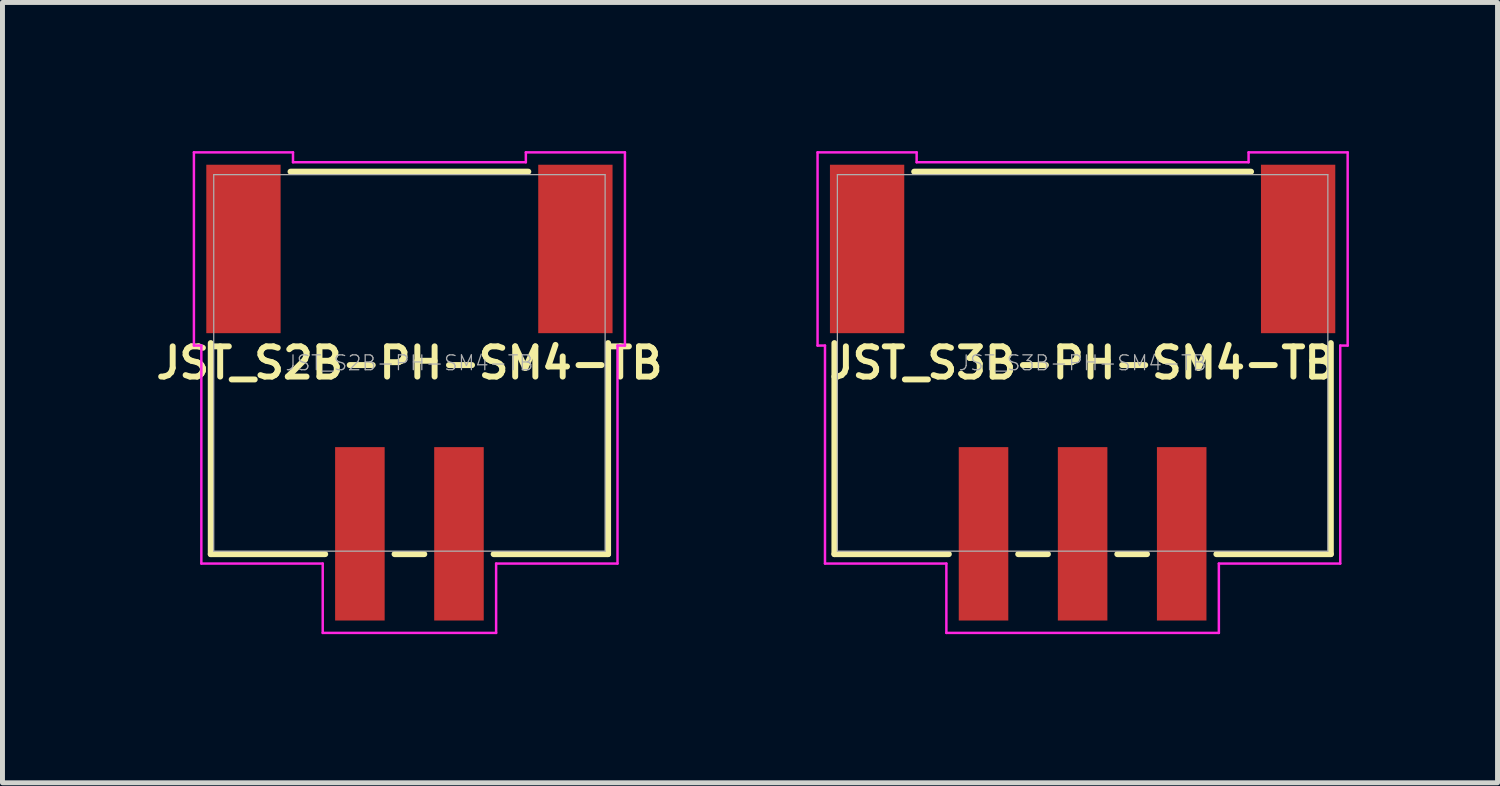
<source format=kicad_pcb>
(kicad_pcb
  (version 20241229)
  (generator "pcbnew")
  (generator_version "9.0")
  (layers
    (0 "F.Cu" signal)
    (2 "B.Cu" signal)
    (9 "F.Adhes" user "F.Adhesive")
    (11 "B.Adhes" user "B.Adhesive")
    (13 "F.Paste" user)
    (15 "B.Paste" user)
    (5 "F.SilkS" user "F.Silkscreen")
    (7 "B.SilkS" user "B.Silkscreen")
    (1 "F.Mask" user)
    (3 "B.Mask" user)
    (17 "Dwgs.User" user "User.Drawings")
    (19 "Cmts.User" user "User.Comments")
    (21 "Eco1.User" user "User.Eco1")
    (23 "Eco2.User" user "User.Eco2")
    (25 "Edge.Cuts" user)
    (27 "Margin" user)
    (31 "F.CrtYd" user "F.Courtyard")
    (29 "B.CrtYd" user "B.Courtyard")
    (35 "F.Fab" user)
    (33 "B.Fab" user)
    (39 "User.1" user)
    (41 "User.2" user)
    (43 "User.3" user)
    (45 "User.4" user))
  (footprint "JST_S3B-PH-SM4-TB"
    (layer "F.Cu")
    (at 18.802 4.275)
    (property "Reference" "JST_S3B-PH-SM4-TB" (at 0 0 0) (layer "F.SilkS") (effects (font (size 0.61 0.61) (thickness 0.12))))
    (attr through_hole)
    (fp_line (start -5.01 3.86) (end -5.01 -0.4) (stroke (width 0.12) (type solid)) (layer "F.SilkS"))
    (fp_line (start -3.4 -3.86) (end 3.4 -3.86) (stroke (width 0.12) (type solid)) (layer "F.SilkS"))
    (fp_line (start -2.7 3.86) (end -5.01 3.86) (stroke (width 0.12) (type solid)) (layer "F.SilkS"))
    (fp_line (start -1.3 3.86) (end -0.7 3.86) (stroke (width 0.12) (type solid)) (layer "F.SilkS"))
    (fp_line (start 0.7 3.86) (end 1.3 3.86) (stroke (width 0.12) (type solid)) (layer "F.SilkS"))
    (fp_line (start 5.01 -0.4) (end 5.01 3.86) (stroke (width 0.12) (type solid)) (layer "F.SilkS"))
    (fp_line (start 5.01 3.86) (end 2.7 3.86) (stroke (width 0.12) (type solid)) (layer "F.SilkS"))
    (fp_line (start -5.35 -4.25) (end -5.35 -0.35) (stroke (width 0.05) (type solid)) (layer "F.CrtYd"))
    (fp_line (start -5.35 -0.35) (end -5.2 -0.35) (stroke (width 0.05) (type solid)) (layer "F.CrtYd"))
    (fp_line (start -5.2 -0.35) (end -5.2 4.05) (stroke (width 0.05) (type solid)) (layer "F.CrtYd"))
    (fp_line (start -5.2 4.05) (end -2.75 4.05) (stroke (width 0.05) (type solid)) (layer "F.CrtYd"))
    (fp_line (start -3.35 -4.25) (end -5.35 -4.25) (stroke (width 0.05) (type solid)) (layer "F.CrtYd"))
    (fp_line (start -3.35 -4.05) (end -3.35 -4.25) (stroke (width 0.05) (type solid)) (layer "F.CrtYd"))
    (fp_line (start -2.75 4.05) (end -2.75 5.45) (stroke (width 0.05) (type solid)) (layer "F.CrtYd"))
    (fp_line (start -2.75 5.45) (end 2.75 5.45) (stroke (width 0.05) (type solid)) (layer "F.CrtYd"))
    (fp_line (start 2.75 4.05) (end 5.2 4.05) (stroke (width 0.05) (type solid)) (layer "F.CrtYd"))
    (fp_line (start 2.75 5.45) (end 2.75 4.05) (stroke (width 0.05) (type solid)) (layer "F.CrtYd"))
    (fp_line (start 3.35 -4.25) (end 3.35 -4.05) (stroke (width 0.05) (type solid)) (layer "F.CrtYd"))
    (fp_line (start 3.35 -4.05) (end -3.35 -4.05) (stroke (width 0.05) (type solid)) (layer "F.CrtYd"))
    (fp_line (start 5.2 -0.35) (end 5.35 -0.35) (stroke (width 0.05) (type solid)) (layer "F.CrtYd"))
    (fp_line (start 5.2 4.05) (end 5.2 -0.35) (stroke (width 0.05) (type solid)) (layer "F.CrtYd"))
    (fp_line (start 5.35 -4.25) (end 3.35 -4.25) (stroke (width 0.05) (type solid)) (layer "F.CrtYd"))
    (fp_line (start 5.35 -0.35) (end 5.35 -4.25) (stroke (width 0.05) (type solid)) (layer "F.CrtYd"))
    (fp_line (start -4.95 -3.8) (end 4.95 -3.8) (stroke (width 0.025) (type solid)) (layer "F.Fab"))
    (fp_line (start -4.95 3.8) (end -4.95 -3.8) (stroke (width 0.025) (type solid)) (layer "F.Fab"))
    (fp_line (start 4.95 -3.8) (end 4.95 3.8) (stroke (width 0.025) (type solid)) (layer "F.Fab"))
    (fp_line (start 4.95 3.8) (end -4.95 3.8) (stroke (width 0.025) (type solid)) (layer "F.Fab"))
    (fp_text user "${REFERENCE}" (at 0 0 0) (layer "F.Fab") (effects (font (size 0.3 0.3) (thickness 0.025))))
    (pad "1" smd rect (at 2 3.45) (size 1 3.5) (layers "F.Cu" "F.Mask" "F.Paste"))
    (pad "2" smd rect (at 0 3.45) (size 1 3.5) (layers "F.Cu" "F.Mask" "F.Paste"))
    (pad "3" smd rect (at -2 3.45) (size 1 3.5) (layers "F.Cu" "F.Mask" "F.Paste"))
    (pad "FRM" smd rect (at -4.35 -2.3) (size 1.5 3.4) (layers "F.Cu" "F.Mask" "F.Paste"))
    (pad "FRM" smd rect (at 4.35 -2.3) (size 1.5 3.4) (layers "F.Cu" "F.Mask" "F.Paste")))
  (footprint "JST_S2B-PH-SM4-TB"
    (layer "F.Cu")
    (at 5.214 4.275)
    (property "Reference" "JST_S2B-PH-SM4-TB" (at 0 0 0) (layer "F.SilkS") (effects (font (size 0.61 0.61) (thickness 0.12))))
    (attr through_hole)
    (fp_line (start -4.01 3.86) (end -4.01 -0.4) (stroke (width 0.12) (type solid)) (layer "F.SilkS"))
    (fp_line (start -2.4 -3.86) (end 2.4 -3.86) (stroke (width 0.12) (type solid)) (layer "F.SilkS"))
    (fp_line (start -1.7 3.86) (end -4.01 3.86) (stroke (width 0.12) (type solid)) (layer "F.SilkS"))
    (fp_line (start 0.3 3.86) (end -0.3 3.86) (stroke (width 0.12) (type solid)) (layer "F.SilkS"))
    (fp_line (start 4.01 -0.4) (end 4.01 3.86) (stroke (width 0.12) (type solid)) (layer "F.SilkS"))
    (fp_line (start 4.01 3.86) (end 1.7 3.86) (stroke (width 0.12) (type solid)) (layer "F.SilkS"))
    (fp_line (start -4.35 -4.25) (end -4.35 -0.35) (stroke (width 0.05) (type solid)) (layer "F.CrtYd"))
    (fp_line (start -4.35 -0.35) (end -4.2 -0.35) (stroke (width 0.05) (type solid)) (layer "F.CrtYd"))
    (fp_line (start -4.2 -0.35) (end -4.2 4.05) (stroke (width 0.05) (type solid)) (layer "F.CrtYd"))
    (fp_line (start -4.2 4.05) (end -1.75 4.05) (stroke (width 0.05) (type solid)) (layer "F.CrtYd"))
    (fp_line (start -2.35 -4.25) (end -4.35 -4.25) (stroke (width 0.05) (type solid)) (layer "F.CrtYd"))
    (fp_line (start -2.35 -4.05) (end -2.35 -4.25) (stroke (width 0.05) (type solid)) (layer "F.CrtYd"))
    (fp_line (start -1.75 4.05) (end -1.75 5.45) (stroke (width 0.05) (type solid)) (layer "F.CrtYd"))
    (fp_line (start -1.75 5.45) (end 1.75 5.45) (stroke (width 0.05) (type solid)) (layer "F.CrtYd"))
    (fp_line (start 1.75 4.05) (end 4.2 4.05) (stroke (width 0.05) (type solid)) (layer "F.CrtYd"))
    (fp_line (start 1.75 5.45) (end 1.75 4.05) (stroke (width 0.05) (type solid)) (layer "F.CrtYd"))
    (fp_line (start 2.35 -4.25) (end 2.35 -4.05) (stroke (width 0.05) (type solid)) (layer "F.CrtYd"))
    (fp_line (start 2.35 -4.05) (end -2.35 -4.05) (stroke (width 0.05) (type solid)) (layer "F.CrtYd"))
    (fp_line (start 4.2 -0.35) (end 4.35 -0.35) (stroke (width 0.05) (type solid)) (layer "F.CrtYd"))
    (fp_line (start 4.2 4.05) (end 4.2 -0.35) (stroke (width 0.05) (type solid)) (layer "F.CrtYd"))
    (fp_line (start 4.35 -4.25) (end 2.35 -4.25) (stroke (width 0.05) (type solid)) (layer "F.CrtYd"))
    (fp_line (start 4.35 -0.35) (end 4.35 -4.25) (stroke (width 0.05) (type solid)) (layer "F.CrtYd"))
    (fp_line (start -3.95 -3.8) (end 3.95 -3.8) (stroke (width 0.025) (type solid)) (layer "F.Fab"))
    (fp_line (start -3.95 3.8) (end -3.95 -3.8) (stroke (width 0.025) (type solid)) (layer "F.Fab"))
    (fp_line (start 3.95 -3.8) (end 3.95 3.8) (stroke (width 0.025) (type solid)) (layer "F.Fab"))
    (fp_line (start 3.95 3.8) (end -3.95 3.8) (stroke (width 0.025) (type solid)) (layer "F.Fab"))
    (fp_text user "${REFERENCE}" (at 0 0 0) (layer "F.Fab") (effects (font (size 0.3 0.3) (thickness 0.025))))
    (pad "1" smd rect (at 1 3.45) (size 1 3.5) (layers "F.Cu" "F.Mask" "F.Paste"))
    (pad "2" smd rect (at -1 3.45) (size 1 3.5) (layers "F.Cu" "F.Mask" "F.Paste"))
    (pad "FRM" smd rect (at -3.35 -2.3) (size 1.5 3.4) (layers "F.Cu" "F.Mask" "F.Paste"))
    (pad "FRM" smd rect (at 3.35 -2.3) (size 1.5 3.4) (layers "F.Cu" "F.Mask" "F.Paste")))
  (gr_rect
    (start -3 -3)
    (end 27.177 12.75)
    (stroke (width 0.1) (type default))
    (fill no)
    (layer "Edge.Cuts")))
</source>
